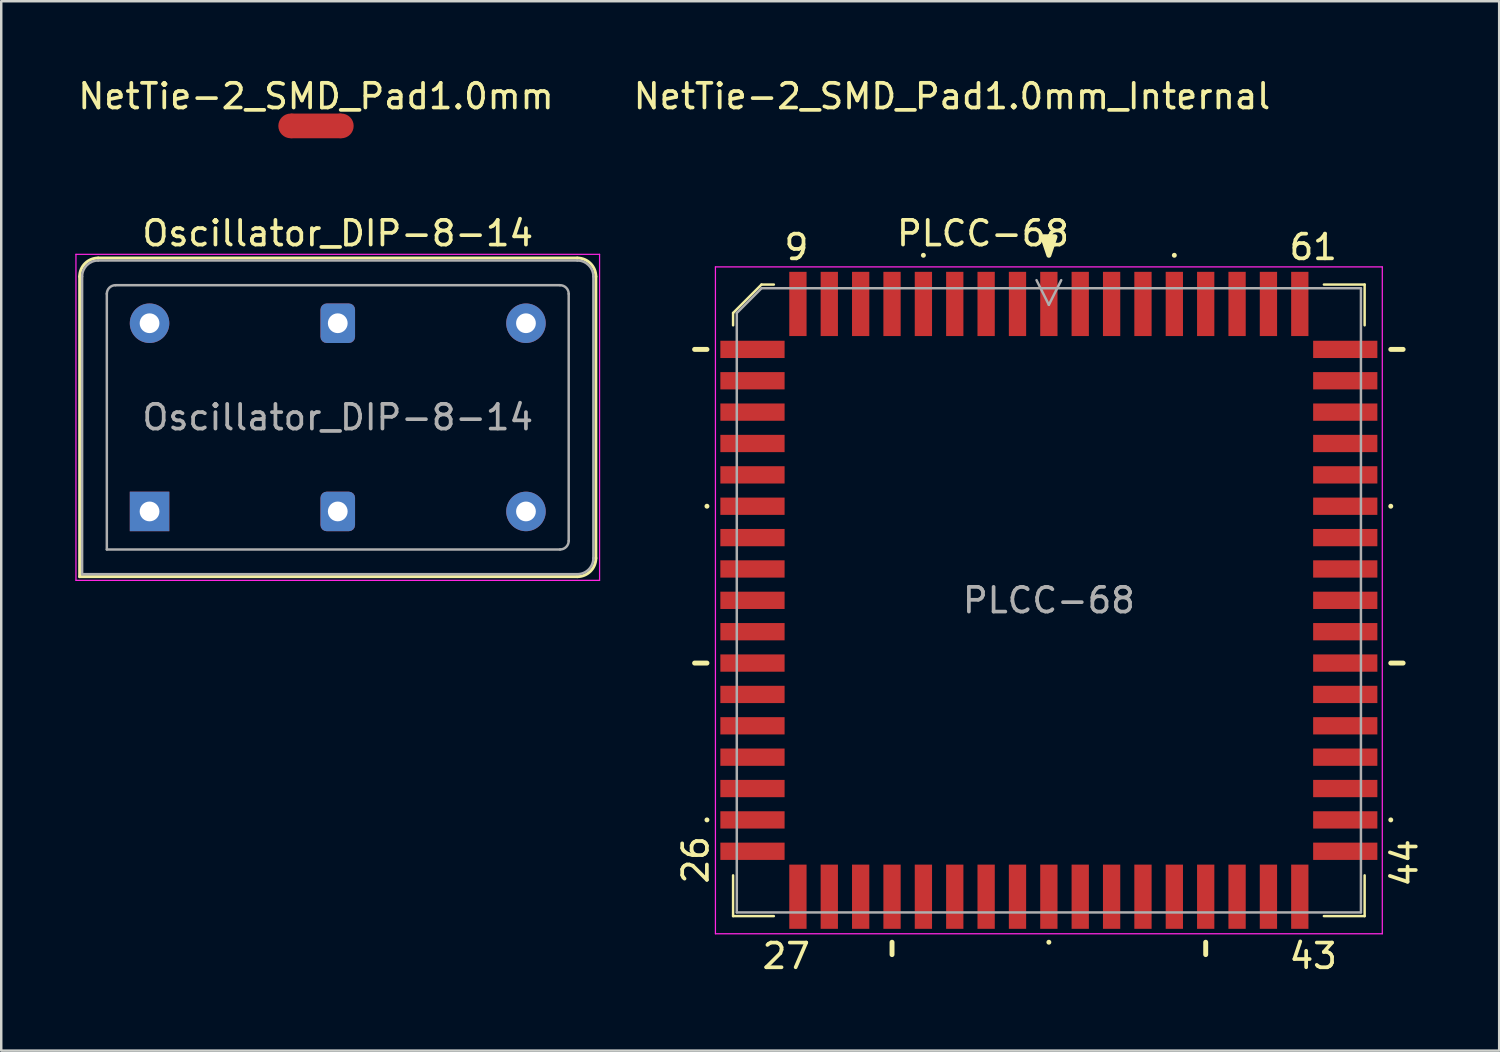
<source format=kicad_pcb>
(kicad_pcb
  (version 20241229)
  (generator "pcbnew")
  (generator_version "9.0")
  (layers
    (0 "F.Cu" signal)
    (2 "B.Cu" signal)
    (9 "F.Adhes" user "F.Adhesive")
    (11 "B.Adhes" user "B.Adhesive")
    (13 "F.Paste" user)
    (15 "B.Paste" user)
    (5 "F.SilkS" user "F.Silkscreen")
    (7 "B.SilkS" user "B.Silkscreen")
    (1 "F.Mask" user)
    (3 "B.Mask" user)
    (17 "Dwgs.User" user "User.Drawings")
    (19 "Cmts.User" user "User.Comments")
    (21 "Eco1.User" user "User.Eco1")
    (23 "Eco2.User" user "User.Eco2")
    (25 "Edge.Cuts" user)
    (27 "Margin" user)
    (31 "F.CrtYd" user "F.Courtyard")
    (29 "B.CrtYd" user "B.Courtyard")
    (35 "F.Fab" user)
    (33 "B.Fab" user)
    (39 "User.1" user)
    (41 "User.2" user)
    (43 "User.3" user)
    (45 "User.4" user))
  (footprint "Oscillator_DIP-8-14"
    (layer "F.Cu")
    (at 3.005 17.657)
    (property "Reference" "Oscillator_DIP-8-14" (at 7.62 -11.26 0) (layer "F.SilkS") (effects (font (size 1 1) (thickness 0.15))))
    (attr through_hole)
    (fp_line (start -2.83 -9.51) (end -2.83 2.64) (stroke (width 0.12) (type solid)) (layer "F.SilkS"))
    (fp_line (start -2.83 2.64) (end 17.32 2.64) (stroke (width 0.12) (type solid)) (layer "F.SilkS"))
    (fp_line (start 17.32 -10.26) (end -2.08 -10.26) (stroke (width 0.12) (type solid)) (layer "F.SilkS"))
    (fp_line (start 18.07 1.89) (end 18.07 -9.51) (stroke (width 0.12) (type solid)) (layer "F.SilkS"))
    (fp_arc (start -2.83 -9.51) (mid -2.61033 -10.04033) (end -2.08 -10.26) (stroke (width 0.12) (type solid)) (layer "F.SilkS"))
    (fp_arc (start 17.32 -10.26) (mid 17.85033 -10.04033) (end 18.07 -9.51) (stroke (width 0.12) (type solid)) (layer "F.SilkS"))
    (fp_arc (start 18.07 1.89) (mid 17.85033 2.42033) (end 17.32 2.64) (stroke (width 0.12) (type solid)) (layer "F.SilkS"))
    (fp_line (start -2.98 -10.41) (end -2.98 2.79) (stroke (width 0.05) (type solid)) (layer "F.CrtYd"))
    (fp_line (start -2.98 2.79) (end 18.22 2.79) (stroke (width 0.05) (type solid)) (layer "F.CrtYd"))
    (fp_line (start 18.22 -10.41) (end -2.98 -10.41) (stroke (width 0.05) (type solid)) (layer "F.CrtYd"))
    (fp_line (start 18.22 2.79) (end 18.22 -10.41) (stroke (width 0.05) (type solid)) (layer "F.CrtYd"))
    (fp_line (start -2.73 2.54) (end -2.73 -9.51) (stroke (width 0.1) (type solid)) (layer "F.Fab"))
    (fp_line (start -2.73 2.54) (end 17.32 2.54) (stroke (width 0.1) (type solid)) (layer "F.Fab"))
    (fp_line (start -2.08 -10.16) (end 17.32 -10.16) (stroke (width 0.1) (type solid)) (layer "F.Fab"))
    (fp_line (start -1.73 1.54) (end -1.73 -8.81) (stroke (width 0.1) (type solid)) (layer "F.Fab"))
    (fp_line (start -1.73 1.54) (end 16.62 1.54) (stroke (width 0.1) (type solid)) (layer "F.Fab"))
    (fp_line (start -1.38 -9.16) (end 16.62 -9.16) (stroke (width 0.1) (type solid)) (layer "F.Fab"))
    (fp_line (start 16.97 1.19) (end 16.97 -8.81) (stroke (width 0.1) (type solid)) (layer "F.Fab"))
    (fp_line (start 17.97 -9.51) (end 17.97 1.89) (stroke (width 0.1) (type solid)) (layer "F.Fab"))
    (fp_arc (start -2.73 -9.51) (mid -2.539619 -9.969619) (end -2.08 -10.16) (stroke (width 0.1) (type solid)) (layer "F.Fab"))
    (fp_arc (start -1.73 -8.81) (mid -1.627487 -9.057487) (end -1.38 -9.16) (stroke (width 0.1) (type solid)) (layer "F.Fab"))
    (fp_arc (start 16.62 -9.16) (mid 16.867487 -9.057487) (end 16.97 -8.81) (stroke (width 0.1) (type solid)) (layer "F.Fab"))
    (fp_arc (start 16.97 1.19) (mid 16.867487 1.437487) (end 16.62 1.54) (stroke (width 0.1) (type solid)) (layer "F.Fab"))
    (fp_arc (start 17.32 -10.16) (mid 17.779619 -9.969619) (end 17.97 -9.51) (stroke (width 0.1) (type solid)) (layer "F.Fab"))
    (fp_arc (start 17.97 1.89) (mid 17.779619 2.349619) (end 17.32 2.54) (stroke (width 0.1) (type solid)) (layer "F.Fab"))
    (fp_text user "${REFERENCE}" (at 7.62 -3.81 0) (layer "F.Fab") (effects (font (size 1 1) (thickness 0.15))))
    (pad "0" thru_hole roundrect (at 7.62 0) (size 1.4 1.6) (drill 0.8) (layers "*.Cu" "*.Mask") (roundrect_rratio 0.179))
    (pad "1" thru_hole rect (at 0 0) (size 1.6 1.6) (drill 0.8) (layers "*.Cu" "*.Mask"))
    (pad "7" thru_hole circle (at 15.24 0) (size 1.6 1.6) (drill 0.8) (layers "*.Cu" "*.Mask"))
    (pad "8" thru_hole circle (at 15.24 -7.62) (size 1.6 1.6) (drill 0.8) (layers "*.Cu" "*.Mask"))
    (pad "14" thru_hole circle (at 0 -7.62) (size 1.6 1.6) (drill 0.8) (layers "*.Cu" "*.Mask"))
    (pad "14" thru_hole roundrect (at 7.62 -7.62) (size 1.4 1.6) (drill 0.8) (layers "*.Cu" "*.Mask") (roundrect_rratio 0.179)))
  (footprint "PLCC-68"
    (layer "F.Cu")
    (at 39.416 21.256)
    (property "Reference" "PLCC-68" (at -2.667 -14.859 0) (layer "F.SilkS") (effects (font (size 1 1) (thickness 0.15))))
    (attr smd)
    (fp_line (start -13.843 -10.16) (end -14.343 -10.16) (stroke (width 0.2) (type default)) (layer "F.SilkS"))
    (fp_line (start -13.843 -3.81) (end -13.843 -3.81) (stroke (width 0.2) (type default)) (layer "F.SilkS"))
    (fp_line (start -13.843 2.54) (end -14.343 2.54) (stroke (width 0.2) (type default)) (layer "F.SilkS"))
    (fp_line (start -13.843 8.89) (end -13.843 8.89) (stroke (width 0.2) (type default)) (layer "F.SilkS"))
    (fp_line (start -12.785 -11.635) (end -12.785 -11.135) (stroke (width 0.1) (type solid)) (layer "F.SilkS"))
    (fp_line (start -12.785 12.785) (end -12.785 11.135) (stroke (width 0.1) (type solid)) (layer "F.SilkS"))
    (fp_line (start -11.635 -12.785) (end -12.785 -11.635) (stroke (width 0.1) (type solid)) (layer "F.SilkS"))
    (fp_line (start -11.135 -12.785) (end -11.635 -12.785) (stroke (width 0.1) (type solid)) (layer "F.SilkS"))
    (fp_line (start -11.135 12.785) (end -12.785 12.785) (stroke (width 0.1) (type solid)) (layer "F.SilkS"))
    (fp_line (start -6.35 13.843) (end -6.35 14.343) (stroke (width 0.2) (type default)) (layer "F.SilkS"))
    (fp_line (start -5.08 -13.97) (end -5.08 -13.97) (stroke (width 0.2) (type default)) (layer "F.SilkS"))
    (fp_line (start 0 13.843) (end 0 13.843) (stroke (width 0.2) (type default)) (layer "F.SilkS"))
    (fp_line (start 5.08 -13.97) (end 5.08 -13.97) (stroke (width 0.2) (type default)) (layer "F.SilkS"))
    (fp_line (start 6.35 13.843) (end 6.35 14.343) (stroke (width 0.2) (type default)) (layer "F.SilkS"))
    (fp_line (start 11.135 -12.785) (end 12.785 -12.785) (stroke (width 0.1) (type solid)) (layer "F.SilkS"))
    (fp_line (start 11.135 12.785) (end 12.785 12.785) (stroke (width 0.1) (type solid)) (layer "F.SilkS"))
    (fp_line (start 12.785 -12.785) (end 12.785 -11.135) (stroke (width 0.1) (type solid)) (layer "F.SilkS"))
    (fp_line (start 12.785 12.785) (end 12.785 11.135) (stroke (width 0.1) (type solid)) (layer "F.SilkS"))
    (fp_line (start 13.843 -10.16) (end 14.343 -10.16) (stroke (width 0.2) (type default)) (layer "F.SilkS"))
    (fp_line (start 13.843 -3.81) (end 13.843 -3.81) (stroke (width 0.2) (type default)) (layer "F.SilkS"))
    (fp_line (start 13.843 2.54) (end 14.343 2.54) (stroke (width 0.2) (type default)) (layer "F.SilkS"))
    (fp_line (start 13.843 8.89) (end 13.843 8.89) (stroke (width 0.2) (type default)) (layer "F.SilkS"))
    (fp_poly (pts (xy 0 -13.97) (xy 0.25 -14.72) (xy -0.25 -14.72)) (stroke (width 0.2) (type solid)) (fill yes) (layer "F.SilkS"))
    (fp_line (start -13.5 -13.5) (end -13.5 13.5) (stroke (width 0.05) (type solid)) (layer "F.CrtYd"))
    (fp_line (start -13.5 13.5) (end 13.5 13.5) (stroke (width 0.05) (type solid)) (layer "F.CrtYd"))
    (fp_line (start 13.5 -13.5) (end -13.5 -13.5) (stroke (width 0.05) (type solid)) (layer "F.CrtYd"))
    (fp_line (start 13.5 13.5) (end 13.5 -13.5) (stroke (width 0.05) (type solid)) (layer "F.CrtYd"))
    (fp_line (start -12.635 -11.635) (end -12.635 12.635) (stroke (width 0.1) (type solid)) (layer "F.Fab"))
    (fp_line (start -12.635 12.635) (end 12.635 12.635) (stroke (width 0.1) (type solid)) (layer "F.Fab"))
    (fp_line (start -11.635 -12.635) (end -12.635 -11.635) (stroke (width 0.1) (type solid)) (layer "F.Fab"))
    (fp_line (start -0.5 -12.963) (end 0 -11.963) (stroke (width 0.1) (type solid)) (layer "F.Fab"))
    (fp_line (start 0 -11.963) (end 0.5 -12.963) (stroke (width 0.1) (type solid)) (layer "F.Fab"))
    (fp_line (start 12.635 -12.635) (end -11.635 -12.635) (stroke (width 0.1) (type solid)) (layer "F.Fab"))
    (fp_line (start 12.635 12.635) (end 12.635 -12.635) (stroke (width 0.1) (type solid)) (layer "F.Fab"))
    (fp_text user "43" (at 9.652 14.986 0) (unlocked yes) (layer "F.SilkS") (effects (font (size 1 1) (thickness 0.15)) (justify left bottom)))
    (fp_text user "9" (at -10.795 -13.716 0) (unlocked yes) (layer "F.SilkS") (effects (font (size 1 1) (thickness 0.15)) (justify left bottom)))
    (fp_text user "27" (at -11.684 14.986 0) (unlocked yes) (layer "F.SilkS") (effects (font (size 1 1) (thickness 0.15)) (justify left bottom)))
    (fp_text user "44" (at 14.986 11.684 90) (unlocked yes) (layer "F.SilkS") (effects (font (size 1 1) (thickness 0.15)) (justify left bottom)))
    (fp_text user "26" (at -13.716 11.557 90) (unlocked yes) (layer "F.SilkS") (effects (font (size 1 1) (thickness 0.15)) (justify left bottom)))
    (fp_text user "61" (at 9.652 -13.716 0) (unlocked yes) (layer "F.SilkS") (effects (font (size 1 1) (thickness 0.15)) (justify left bottom)))
    (fp_text user "${REFERENCE}" (at 0 0 0) (layer "F.Fab") (effects (font (size 1 1) (thickness 0.15))))
    (pad "1" smd rect (at 0 -12) (size 0.7 2.6) (layers "F.Cu" "F.Mask" "F.Paste"))
    (pad "2" smd rect (at -1.27 -12) (size 0.7 2.6) (layers "F.Cu" "F.Mask" "F.Paste"))
    (pad "3" smd rect (at -2.54 -12) (size 0.7 2.6) (layers "F.Cu" "F.Mask" "F.Paste"))
    (pad "4" smd rect (at -3.81 -12) (size 0.7 2.6) (layers "F.Cu" "F.Mask" "F.Paste"))
    (pad "5" smd rect (at -5.08 -12) (size 0.7 2.6) (layers "F.Cu" "F.Mask" "F.Paste"))
    (pad "6" smd rect (at -6.35 -12) (size 0.7 2.6) (layers "F.Cu" "F.Mask" "F.Paste"))
    (pad "7" smd rect (at -7.62 -12) (size 0.7 2.6) (layers "F.Cu" "F.Mask" "F.Paste"))
    (pad "8" smd rect (at -8.89 -12) (size 0.7 2.6) (layers "F.Cu" "F.Mask" "F.Paste"))
    (pad "9" smd rect (at -10.16 -12) (size 0.7 2.6) (layers "F.Cu" "F.Mask" "F.Paste"))
    (pad "10" smd rect (at -12 -10.16) (size 2.6 0.7) (layers "F.Cu" "F.Mask" "F.Paste"))
    (pad "11" smd rect (at -12 -8.89) (size 2.6 0.7) (layers "F.Cu" "F.Mask" "F.Paste"))
    (pad "12" smd rect (at -12 -7.62) (size 2.6 0.7) (layers "F.Cu" "F.Mask" "F.Paste"))
    (pad "13" smd rect (at -12 -6.35) (size 2.6 0.7) (layers "F.Cu" "F.Mask" "F.Paste"))
    (pad "14" smd rect (at -12 -5.08) (size 2.6 0.7) (layers "F.Cu" "F.Mask" "F.Paste"))
    (pad "15" smd rect (at -12 -3.81) (size 2.6 0.7) (layers "F.Cu" "F.Mask" "F.Paste"))
    (pad "16" smd rect (at -12 -2.54) (size 2.6 0.7) (layers "F.Cu" "F.Mask" "F.Paste"))
    (pad "17" smd rect (at -12 -1.27) (size 2.6 0.7) (layers "F.Cu" "F.Mask" "F.Paste"))
    (pad "18" smd rect (at -12 0) (size 2.6 0.7) (layers "F.Cu" "F.Mask" "F.Paste"))
    (pad "19" smd rect (at -12 1.27) (size 2.6 0.7) (layers "F.Cu" "F.Mask" "F.Paste"))
    (pad "20" smd rect (at -12 2.54) (size 2.6 0.7) (layers "F.Cu" "F.Mask" "F.Paste"))
    (pad "21" smd rect (at -12 3.81) (size 2.6 0.7) (layers "F.Cu" "F.Mask" "F.Paste"))
    (pad "22" smd rect (at -12 5.08) (size 2.6 0.7) (layers "F.Cu" "F.Mask" "F.Paste"))
    (pad "23" smd rect (at -12 6.35) (size 2.6 0.7) (layers "F.Cu" "F.Mask" "F.Paste"))
    (pad "24" smd rect (at -12 7.62) (size 2.6 0.7) (layers "F.Cu" "F.Mask" "F.Paste"))
    (pad "25" smd rect (at -12 8.89) (size 2.6 0.7) (layers "F.Cu" "F.Mask" "F.Paste"))
    (pad "26" smd rect (at -12 10.16) (size 2.6 0.7) (layers "F.Cu" "F.Mask" "F.Paste"))
    (pad "27" smd rect (at -10.16 12) (size 0.7 2.6) (layers "F.Cu" "F.Mask" "F.Paste"))
    (pad "28" smd rect (at -8.89 12) (size 0.7 2.6) (layers "F.Cu" "F.Mask" "F.Paste"))
    (pad "29" smd rect (at -7.62 12) (size 0.7 2.6) (layers "F.Cu" "F.Mask" "F.Paste"))
    (pad "30" smd rect (at -6.35 12) (size 0.7 2.6) (layers "F.Cu" "F.Mask" "F.Paste"))
    (pad "31" smd rect (at -5.08 12) (size 0.7 2.6) (layers "F.Cu" "F.Mask" "F.Paste"))
    (pad "32" smd rect (at -3.81 12) (size 0.7 2.6) (layers "F.Cu" "F.Mask" "F.Paste"))
    (pad "33" smd rect (at -2.54 12) (size 0.7 2.6) (layers "F.Cu" "F.Mask" "F.Paste"))
    (pad "34" smd rect (at -1.27 12) (size 0.7 2.6) (layers "F.Cu" "F.Mask" "F.Paste"))
    (pad "35" smd rect (at 0 12) (size 0.7 2.6) (layers "F.Cu" "F.Mask" "F.Paste"))
    (pad "36" smd rect (at 1.27 12) (size 0.7 2.6) (layers "F.Cu" "F.Mask" "F.Paste"))
    (pad "37" smd rect (at 2.54 12) (size 0.7 2.6) (layers "F.Cu" "F.Mask" "F.Paste"))
    (pad "38" smd rect (at 3.81 12) (size 0.7 2.6) (layers "F.Cu" "F.Mask" "F.Paste"))
    (pad "39" smd rect (at 5.08 12) (size 0.7 2.6) (layers "F.Cu" "F.Mask" "F.Paste"))
    (pad "40" smd rect (at 6.35 12) (size 0.7 2.6) (layers "F.Cu" "F.Mask" "F.Paste"))
    (pad "41" smd rect (at 7.62 12) (size 0.7 2.6) (layers "F.Cu" "F.Mask" "F.Paste"))
    (pad "42" smd rect (at 8.89 12) (size 0.7 2.6) (layers "F.Cu" "F.Mask" "F.Paste"))
    (pad "43" smd rect (at 10.16 12) (size 0.7 2.6) (layers "F.Cu" "F.Mask" "F.Paste"))
    (pad "44" smd rect (at 12 10.16) (size 2.6 0.7) (layers "F.Cu" "F.Mask" "F.Paste"))
    (pad "45" smd rect (at 12 8.89) (size 2.6 0.7) (layers "F.Cu" "F.Mask" "F.Paste"))
    (pad "46" smd rect (at 12 7.62) (size 2.6 0.7) (layers "F.Cu" "F.Mask" "F.Paste"))
    (pad "47" smd rect (at 12 6.35) (size 2.6 0.7) (layers "F.Cu" "F.Mask" "F.Paste"))
    (pad "48" smd rect (at 12 5.08) (size 2.6 0.7) (layers "F.Cu" "F.Mask" "F.Paste"))
    (pad "49" smd rect (at 12 3.81) (size 2.6 0.7) (layers "F.Cu" "F.Mask" "F.Paste"))
    (pad "50" smd rect (at 12 2.54) (size 2.6 0.7) (layers "F.Cu" "F.Mask" "F.Paste"))
    (pad "51" smd rect (at 12 1.27) (size 2.6 0.7) (layers "F.Cu" "F.Mask" "F.Paste"))
    (pad "52" smd rect (at 12 0) (size 2.6 0.7) (layers "F.Cu" "F.Mask" "F.Paste"))
    (pad "53" smd rect (at 12 -1.27) (size 2.6 0.7) (layers "F.Cu" "F.Mask" "F.Paste"))
    (pad "54" smd rect (at 12 -2.54) (size 2.6 0.7) (layers "F.Cu" "F.Mask" "F.Paste"))
    (pad "55" smd rect (at 12 -3.81) (size 2.6 0.7) (layers "F.Cu" "F.Mask" "F.Paste"))
    (pad "56" smd rect (at 12 -5.08) (size 2.6 0.7) (layers "F.Cu" "F.Mask" "F.Paste"))
    (pad "57" smd rect (at 12 -6.35) (size 2.6 0.7) (layers "F.Cu" "F.Mask" "F.Paste"))
    (pad "58" smd rect (at 12 -7.62) (size 2.6 0.7) (layers "F.Cu" "F.Mask" "F.Paste"))
    (pad "59" smd rect (at 12 -8.89) (size 2.6 0.7) (layers "F.Cu" "F.Mask" "F.Paste"))
    (pad "60" smd rect (at 12 -10.16) (size 2.6 0.7) (layers "F.Cu" "F.Mask" "F.Paste"))
    (pad "61" smd rect (at 10.16 -12) (size 0.7 2.6) (layers "F.Cu" "F.Mask" "F.Paste"))
    (pad "62" smd rect (at 8.89 -12) (size 0.7 2.6) (layers "F.Cu" "F.Mask" "F.Paste"))
    (pad "63" smd rect (at 7.62 -12) (size 0.7 2.6) (layers "F.Cu" "F.Mask" "F.Paste"))
    (pad "64" smd rect (at 6.35 -12) (size 0.7 2.6) (layers "F.Cu" "F.Mask" "F.Paste"))
    (pad "65" smd rect (at 5.08 -12) (size 0.7 2.6) (layers "F.Cu" "F.Mask" "F.Paste"))
    (pad "66" smd rect (at 3.81 -12) (size 0.7 2.6) (layers "F.Cu" "F.Mask" "F.Paste"))
    (pad "67" smd rect (at 2.54 -12) (size 0.7 2.6) (layers "F.Cu" "F.Mask" "F.Paste"))
    (pad "68" smd rect (at 1.27 -12) (size 0.7 2.6) (layers "F.Cu" "F.Mask" "F.Paste")))
  (footprint "NetTie-2_SMD_Pad1.0mm"
    (layer "F.Cu")
    (at 9.744 2.048)
    (property "Reference" "NetTie-2_SMD_Pad1.0mm" (at 0 -1.2 0) (layer "F.SilkS") (effects (font (size 1 1) (thickness 0.15))))
    (attr exclude_from_pos_files exclude_from_bom allow_missing_courtyard)
    (fp_poly (pts (xy -1.025 -0.5) (xy 1.025 -0.5) (xy 1.025 0.5) (xy -1.025 0.5)) (stroke (width 0) (type solid)) (fill yes) (layer "F.Cu"))
    (pad "1" smd circle (at -1.025 0) (size 1 1) (layers "F.Cu"))
    (pad "2" smd circle (at 1.025 0) (size 1 1) (layers "F.Cu")))
  (footprint "NetTie-2_SMD_Pad1.0mm_Internal"
    (layer "F.Cu")
    (at 35.494 2.048)
    (property "Reference" "NetTie-2_SMD_Pad1.0mm_Internal" (at 0 -1.2 0) (layer "F.SilkS") (effects (font (size 1 1) (thickness 0.15))))
    (attr exclude_from_pos_files exclude_from_bom allow_missing_courtyard)
    (fp_poly (pts (xy -1.025 -0.5) (xy 1.025 -0.5) (xy 1.025 0.5) (xy -1.025 0.5)) (stroke (width 0) (type solid)) (fill yes) (layer "In1.Cu"))
    (pad "1" smd circle (at -1.025 0) (size 1 1) (layers "In1.Cu"))
    (pad "2" smd circle (at 1.025 0) (size 1 1) (layers "In1.Cu")))
  (gr_rect
    (start -3 -3)
    (end 57.648 39.488)
    (stroke (width 0.1) (type default))
    (fill no)
    (layer "Edge.Cuts")))
</source>
